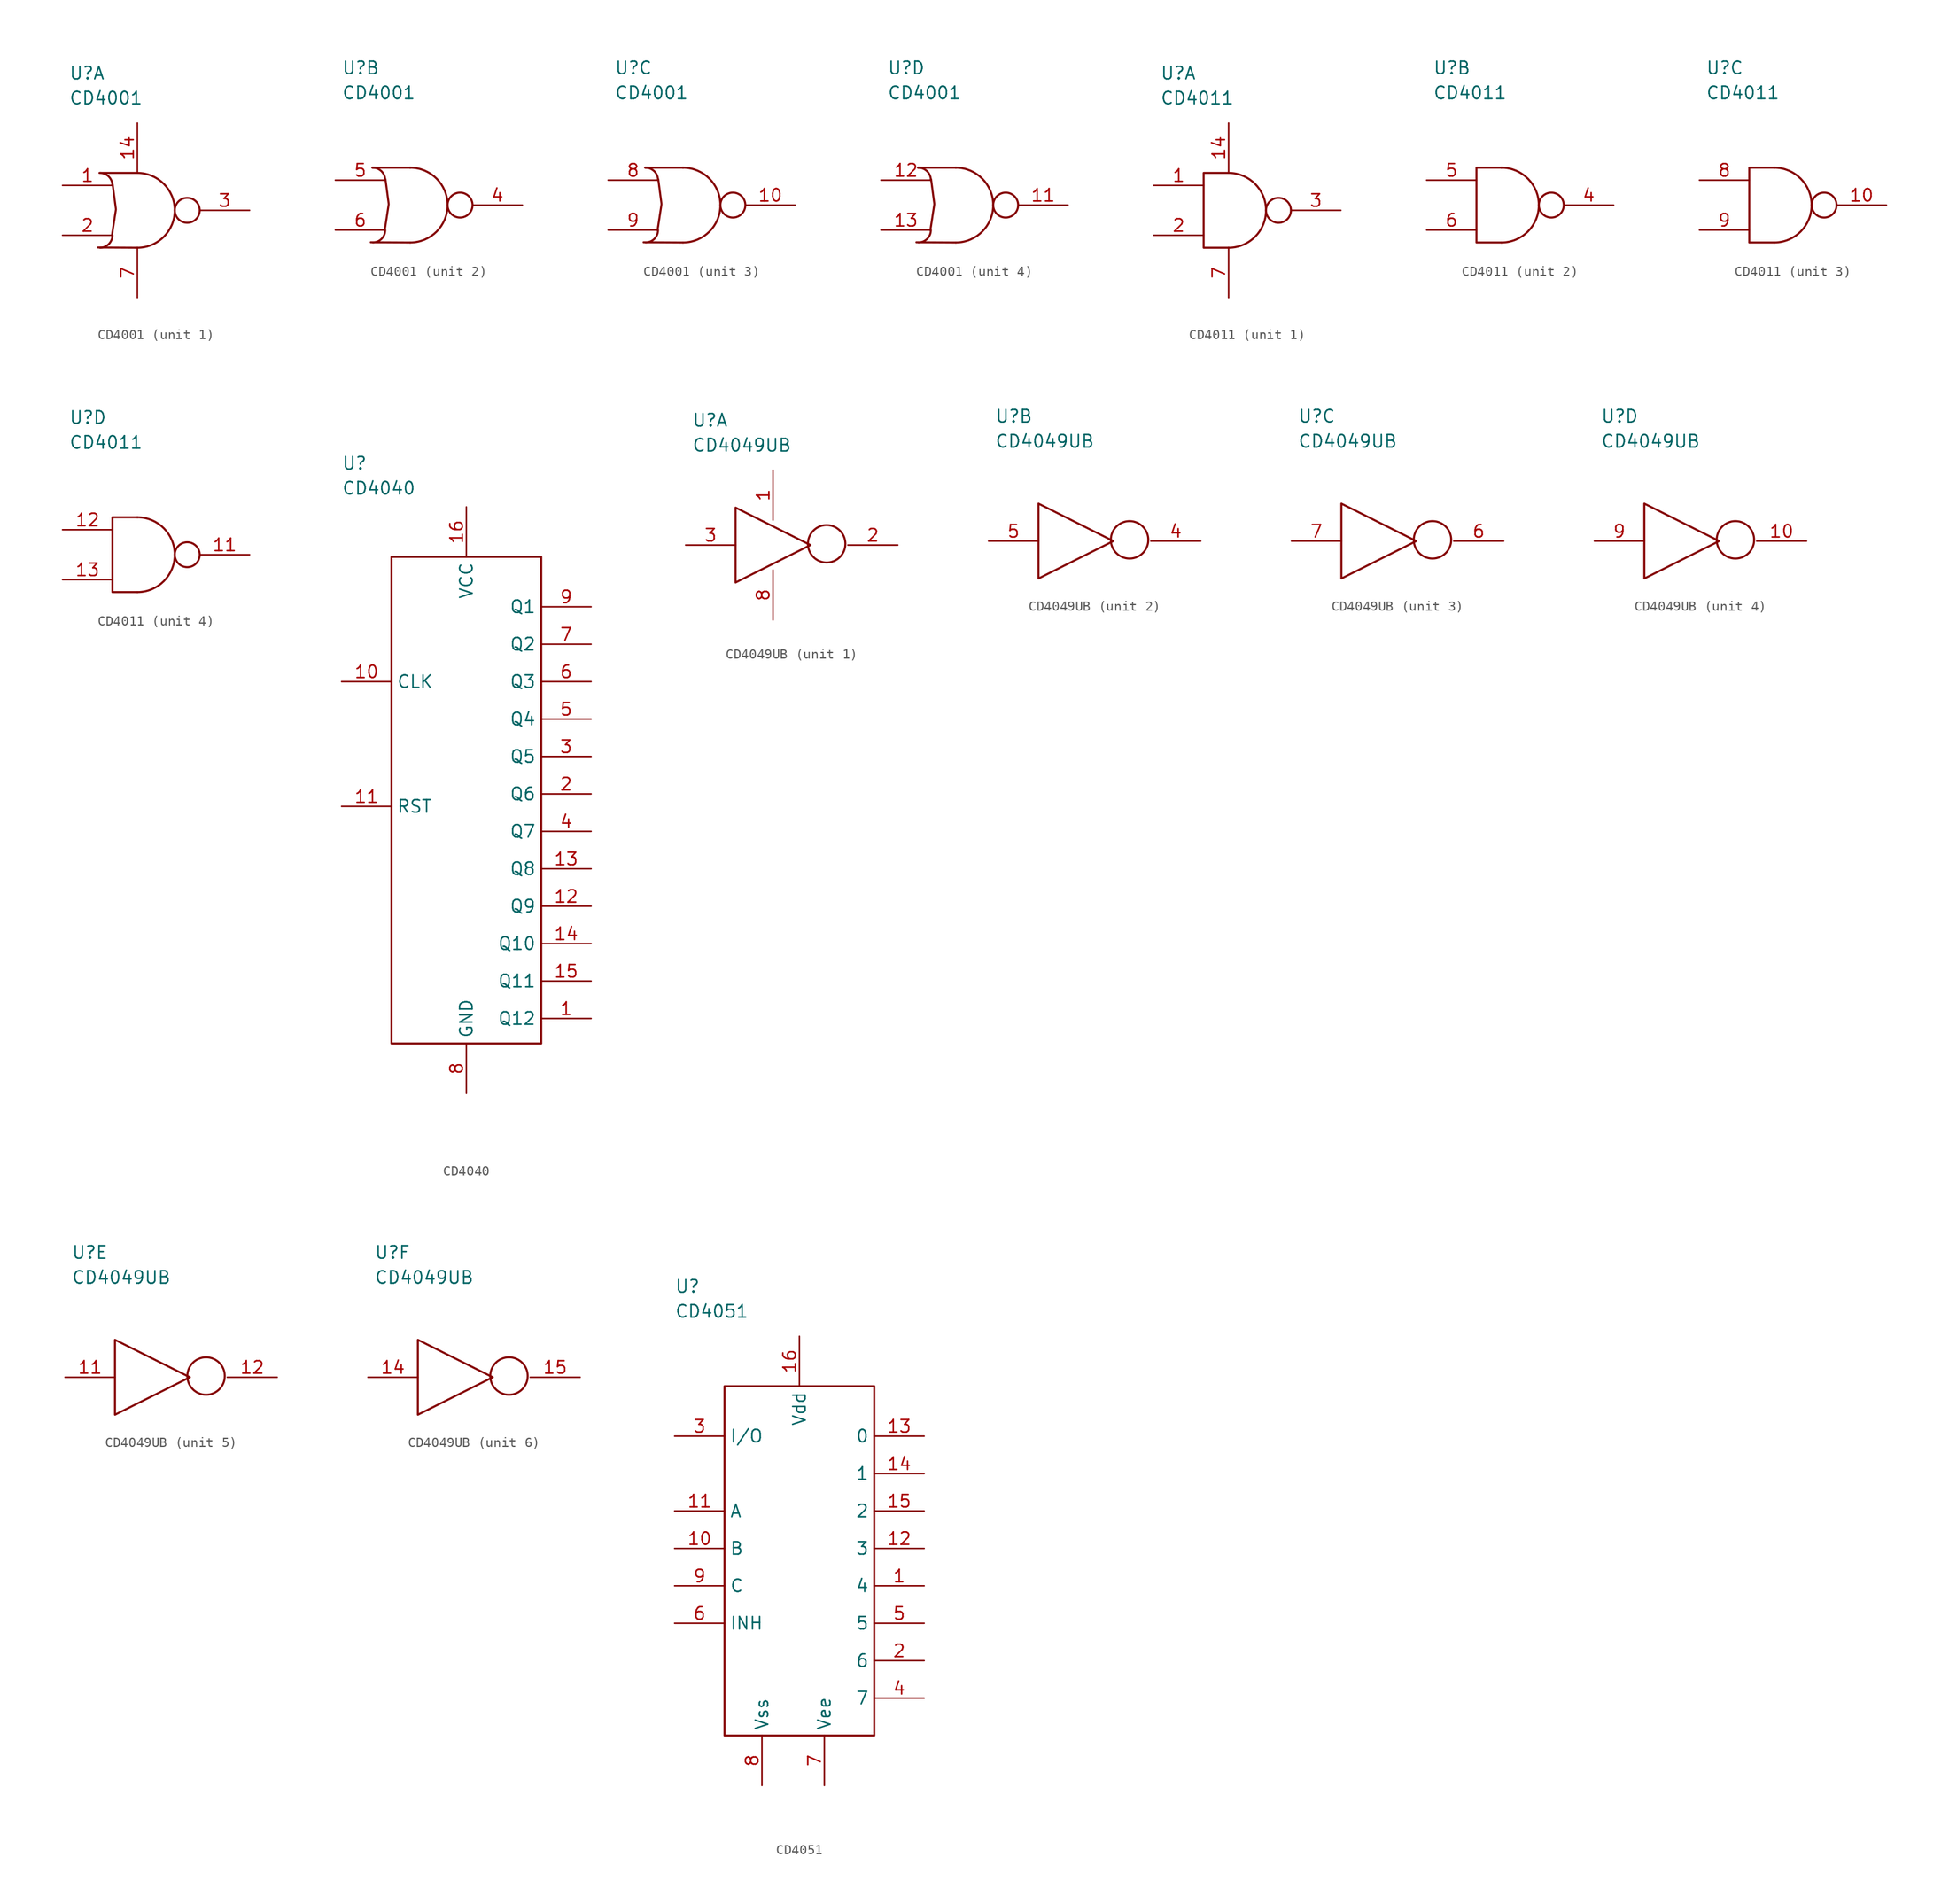
<source format=kicad_sym>
(kicad_symbol_lib
  (version 20211014)
  (generator kicad_symbol_editor)
  (symbol "CD4001"
    (property "Reference" "U"
      (at -9.525 13.97 0)
      (effects (font (size 1.27 1.27)) (justify left)))
    (property "Value" "CD4001"
      (at -9.525 11.43 0)
      (effects (font (size 1.27 1.27)) (justify left)))
    (property "ki_locked" ""
      (at 0 0 0)
      (effects (font (size 1.27 1.27))))
    (symbol "CD4001_0_0"
      (arc (start -6.35 -3.81) (mid -5.452 -3.438) (end -5.08 -2.54) (stroke (width 0.2032) (type default) (color 0 0 0 0)) (fill (type none)))
      (arc (start -5.08 2.54) (mid -5.452 3.438) (end -6.35 3.81) (stroke (width 0.2032) (type default) (color 0 0 0 0)) (fill (type none)))
      (arc (start -2.54 -3.81) (mid 0.1541 -2.6941) (end 1.27 0) (stroke (width 0.2032) (type default) (color 0 0 0 0)) (fill (type none)))
      (polyline (pts (xy -6.553 -3.785) (xy -2.54 -3.81)) (stroke (width 0.203) (type default) (color 0 0 0 0)) (fill (type none)))
      (polyline (pts (xy -6.401 3.81) (xy -2.54 3.81)) (stroke (width 0.203) (type default) (color 0 0 0 0)) (fill (type none)))
      (polyline (pts (xy -5.131 -2.565) (xy -4.724 0.102) (xy -5.055 2.616)) (stroke (width 0.203) (type default) (color 0 0 0 0)) (fill (type none)))
      (arc (start 1.27 0) (mid 0.1541 2.6941) (end -2.54 3.81) (stroke (width 0.2032) (type default) (color 0 0 0 0)) (fill (type none)))
      (circle (center 2.54 0) (radius 1.27) (stroke (width 0.203) (type default) (color 0 0 0 0)) (fill (type none))))
    (symbol "CD4001_1_0"
      (pin unspecified line (at -10.16 2.54 0) (length 5.08) (name "~" (effects (font (size 1.27 1.27)))) (number "1" (effects (font (size 1.27 1.27)))))
      (pin unspecified line (at -2.54 8.89 270) (length 5.08) (name "~" (effects (font (size 1.27 1.27)))) (number "14" (effects (font (size 1.27 1.27)))))
      (pin unspecified line (at -10.16 -2.54 0) (length 5.08) (name "~" (effects (font (size 1.27 1.27)))) (number "2" (effects (font (size 1.27 1.27)))))
      (pin unspecified line (at 8.89 0 180) (length 5.08) (name "~" (effects (font (size 1.27 1.27)))) (number "3" (effects (font (size 1.27 1.27)))))
      (pin unspecified line (at -2.54 -8.89 90) (length 5.08) (name "~" (effects (font (size 1.27 1.27)))) (number "7" (effects (font (size 1.27 1.27))))))
    (symbol "CD4001_2_0"
      (pin unspecified line (at 8.89 0 180) (length 5.08) (name "~" (effects (font (size 1.27 1.27)))) (number "4" (effects (font (size 1.27 1.27)))))
      (pin unspecified line (at -10.16 2.54 0) (length 5.08) (name "~" (effects (font (size 1.27 1.27)))) (number "5" (effects (font (size 1.27 1.27)))))
      (pin unspecified line (at -10.16 -2.54 0) (length 5.08) (name "~" (effects (font (size 1.27 1.27)))) (number "6" (effects (font (size 1.27 1.27))))))
    (symbol "CD4001_3_0"
      (pin unspecified line (at 8.89 0 180) (length 5.08) (name "~" (effects (font (size 1.27 1.27)))) (number "10" (effects (font (size 1.27 1.27)))))
      (pin unspecified line (at -10.16 2.54 0) (length 5.08) (name "~" (effects (font (size 1.27 1.27)))) (number "8" (effects (font (size 1.27 1.27)))))
      (pin unspecified line (at -10.16 -2.54 0) (length 5.08) (name "~" (effects (font (size 1.27 1.27)))) (number "9" (effects (font (size 1.27 1.27))))))
    (symbol "CD4001_4_0"
      (pin unspecified line (at 8.89 0 180) (length 5.08) (name "~" (effects (font (size 1.27 1.27)))) (number "11" (effects (font (size 1.27 1.27)))))
      (pin unspecified line (at -10.16 2.54 0) (length 5.08) (name "~" (effects (font (size 1.27 1.27)))) (number "12" (effects (font (size 1.27 1.27)))))
      (pin unspecified line (at -10.16 -2.54 0) (length 5.08) (name "~" (effects (font (size 1.27 1.27)))) (number "13" (effects (font (size 1.27 1.27)))))))
  (symbol "CD4011"
    (property "Reference" "U"
      (at -9.525 13.97 0)
      (effects (font (size 1.27 1.27)) (justify left)))
    (property "Value" "CD4011"
      (at -9.525 11.43 0)
      (effects (font (size 1.27 1.27)) (justify left)))
    (property "ki_locked" ""
      (at 0 0 0)
      (effects (font (size 1.27 1.27))))
    (symbol "CD4011_0_0"
      (arc (start -2.54 -3.81) (mid 0.1541 -2.6941) (end 1.27 0) (stroke (width 0.2032) (type default) (color 0 0 0 0)) (fill (type none)))
      (polyline (pts (xy -2.54 3.81) (xy -5.08 3.81) (xy -5.08 -3.81) (xy -2.54 -3.81)) (stroke (width 0.203) (type default) (color 0 0 0 0)) (fill (type none)))
      (arc (start 1.27 0) (mid 0.1541 2.6941) (end -2.54 3.81) (stroke (width 0.2032) (type default) (color 0 0 0 0)) (fill (type none)))
      (circle (center 2.54 0) (radius 1.27) (stroke (width 0.203) (type default) (color 0 0 0 0)) (fill (type none))))
    (symbol "CD4011_1_0"
      (pin unspecified line (at -10.16 2.54 0) (length 5.08) (name "~" (effects (font (size 1.27 1.27)))) (number "1" (effects (font (size 1.27 1.27)))))
      (pin unspecified line (at -2.54 8.89 270) (length 5.08) (name "~" (effects (font (size 1.27 1.27)))) (number "14" (effects (font (size 1.27 1.27)))))
      (pin unspecified line (at -10.16 -2.54 0) (length 5.08) (name "~" (effects (font (size 1.27 1.27)))) (number "2" (effects (font (size 1.27 1.27)))))
      (pin unspecified line (at 8.89 0 180) (length 5.08) (name "~" (effects (font (size 1.27 1.27)))) (number "3" (effects (font (size 1.27 1.27)))))
      (pin unspecified line (at -2.54 -8.89 90) (length 5.08) (name "~" (effects (font (size 1.27 1.27)))) (number "7" (effects (font (size 1.27 1.27))))))
    (symbol "CD4011_2_0"
      (pin unspecified line (at 8.89 0 180) (length 5.08) (name "~" (effects (font (size 1.27 1.27)))) (number "4" (effects (font (size 1.27 1.27)))))
      (pin unspecified line (at -10.16 2.54 0) (length 5.08) (name "~" (effects (font (size 1.27 1.27)))) (number "5" (effects (font (size 1.27 1.27)))))
      (pin unspecified line (at -10.16 -2.54 0) (length 5.08) (name "~" (effects (font (size 1.27 1.27)))) (number "6" (effects (font (size 1.27 1.27))))))
    (symbol "CD4011_3_0"
      (pin unspecified line (at 8.89 0 180) (length 5.08) (name "~" (effects (font (size 1.27 1.27)))) (number "10" (effects (font (size 1.27 1.27)))))
      (pin unspecified line (at -10.16 2.54 0) (length 5.08) (name "~" (effects (font (size 1.27 1.27)))) (number "8" (effects (font (size 1.27 1.27)))))
      (pin unspecified line (at -10.16 -2.54 0) (length 5.08) (name "~" (effects (font (size 1.27 1.27)))) (number "9" (effects (font (size 1.27 1.27))))))
    (symbol "CD4011_4_0"
      (pin unspecified line (at 8.89 0 180) (length 5.08) (name "~" (effects (font (size 1.27 1.27)))) (number "11" (effects (font (size 1.27 1.27)))))
      (pin unspecified line (at -10.16 2.54 0) (length 5.08) (name "~" (effects (font (size 1.27 1.27)))) (number "12" (effects (font (size 1.27 1.27)))))
      (pin unspecified line (at -10.16 -2.54 0) (length 5.08) (name "~" (effects (font (size 1.27 1.27)))) (number "13" (effects (font (size 1.27 1.27)))))))
  (symbol "CD4040"
    (property "Reference" "U"
      (at -12.7 34.925 0)
      (effects (font (size 1.27 1.27)) (justify left)))
    (property "Value" "CD4040"
      (at -12.7 32.385 0)
      (effects (font (size 1.27 1.27)) (justify left)))
    (property "ki_locked" ""
      (at 0 0 0)
      (effects (font (size 1.27 1.27))))
    (symbol "CD4040_0_0"
      (rectangle (start -7.62 25.4) (end 7.62 -24.13) (stroke (width 0.203) (type default) (color 0 0 0 0)) (fill (type none))))
    (symbol "CD4040_1_0"
      (pin unspecified line (at 12.7 -21.59 180) (length 5.08) (name "Q12" (effects (font (size 1.27 1.27)))) (number "1" (effects (font (size 1.27 1.27)))))
      (pin unspecified line (at -12.7 12.7 0) (length 5.08) (name "CLK" (effects (font (size 1.27 1.27)))) (number "10" (effects (font (size 1.27 1.27)))))
      (pin unspecified line (at -12.7 0 0) (length 5.08) (name "RST" (effects (font (size 1.27 1.27)))) (number "11" (effects (font (size 1.27 1.27)))))
      (pin unspecified line (at 12.7 -10.16 180) (length 5.08) (name "Q9" (effects (font (size 1.27 1.27)))) (number "12" (effects (font (size 1.27 1.27)))))
      (pin unspecified line (at 12.7 -6.35 180) (length 5.08) (name "Q8" (effects (font (size 1.27 1.27)))) (number "13" (effects (font (size 1.27 1.27)))))
      (pin unspecified line (at 12.7 -13.97 180) (length 5.08) (name "Q10" (effects (font (size 1.27 1.27)))) (number "14" (effects (font (size 1.27 1.27)))))
      (pin unspecified line (at 12.7 -17.78 180) (length 5.08) (name "Q11" (effects (font (size 1.27 1.27)))) (number "15" (effects (font (size 1.27 1.27)))))
      (pin unspecified line (at 0 30.48 270) (length 5.08) (name "VCC" (effects (font (size 1.27 1.27)))) (number "16" (effects (font (size 1.27 1.27)))))
      (pin unspecified line (at 12.7 1.27 180) (length 5.08) (name "Q6" (effects (font (size 1.27 1.27)))) (number "2" (effects (font (size 1.27 1.27)))))
      (pin unspecified line (at 12.7 5.08 180) (length 5.08) (name "Q5" (effects (font (size 1.27 1.27)))) (number "3" (effects (font (size 1.27 1.27)))))
      (pin unspecified line (at 12.7 -2.54 180) (length 5.08) (name "Q7" (effects (font (size 1.27 1.27)))) (number "4" (effects (font (size 1.27 1.27)))))
      (pin unspecified line (at 12.7 8.89 180) (length 5.08) (name "Q4" (effects (font (size 1.27 1.27)))) (number "5" (effects (font (size 1.27 1.27)))))
      (pin unspecified line (at 12.7 12.7 180) (length 5.08) (name "Q3" (effects (font (size 1.27 1.27)))) (number "6" (effects (font (size 1.27 1.27)))))
      (pin unspecified line (at 12.7 16.51 180) (length 5.08) (name "Q2" (effects (font (size 1.27 1.27)))) (number "7" (effects (font (size 1.27 1.27)))))
      (pin unspecified line (at 0 -29.21 90) (length 5.08) (name "GND" (effects (font (size 1.27 1.27)))) (number "8" (effects (font (size 1.27 1.27)))))
      (pin unspecified line (at 12.7 20.32 180) (length 5.08) (name "Q1" (effects (font (size 1.27 1.27)))) (number "9" (effects (font (size 1.27 1.27)))))))
  (symbol "CD4049UB"
    (property "Reference" "U"
      (at -10.795 12.7 0)
      (effects (font (size 1.27 1.27)) (justify left)))
    (property "Value" "CD4049UB"
      (at -10.795 10.16 0)
      (effects (font (size 1.27 1.27)) (justify left)))
    (property "ki_locked" ""
      (at 0 0 0)
      (effects (font (size 1.27 1.27))))
    (symbol "CD4049UB_0_0"
      (polyline (pts (xy -6.35 3.81) (xy -6.35 -3.81) (xy 1.27 0) (xy -6.35 3.81)) (stroke (width 0.203) (type default) (color 0 0 0 0)) (fill (type none)))
      (circle (center 2.921 0.127) (radius 1.905) (stroke (width 0.203) (type default) (color 0 0 0 0)) (fill (type none))))
    (symbol "CD4049UB_1_0"
      (pin unspecified line (at -2.54 7.62 270) (length 5.08) (name "~" (effects (font (size 1.27 1.27)))) (number "1" (effects (font (size 1.27 1.27)))))
      (pin unspecified line (at 10.16 0 180) (length 5.08) (name "~" (effects (font (size 1.27 1.27)))) (number "2" (effects (font (size 1.27 1.27)))))
      (pin unspecified line (at -11.43 0 0) (length 5.08) (name "~" (effects (font (size 1.27 1.27)))) (number "3" (effects (font (size 1.27 1.27)))))
      (pin unspecified line (at -2.54 -7.62 90) (length 5.08) (name "~" (effects (font (size 1.27 1.27)))) (number "8" (effects (font (size 1.27 1.27))))))
    (symbol "CD4049UB_2_0"
      (pin unspecified line (at 10.16 0 180) (length 5.08) (name "~" (effects (font (size 1.27 1.27)))) (number "4" (effects (font (size 1.27 1.27)))))
      (pin unspecified line (at -11.43 0 0) (length 5.08) (name "~" (effects (font (size 1.27 1.27)))) (number "5" (effects (font (size 1.27 1.27))))))
    (symbol "CD4049UB_3_0"
      (pin unspecified line (at 10.16 0 180) (length 5.08) (name "~" (effects (font (size 1.27 1.27)))) (number "6" (effects (font (size 1.27 1.27)))))
      (pin unspecified line (at -11.43 0 0) (length 5.08) (name "~" (effects (font (size 1.27 1.27)))) (number "7" (effects (font (size 1.27 1.27))))))
    (symbol "CD4049UB_4_0"
      (pin unspecified line (at 10.16 0 180) (length 5.08) (name "~" (effects (font (size 1.27 1.27)))) (number "10" (effects (font (size 1.27 1.27)))))
      (pin unspecified line (at -11.43 0 0) (length 5.08) (name "~" (effects (font (size 1.27 1.27)))) (number "9" (effects (font (size 1.27 1.27))))))
    (symbol "CD4049UB_5_0"
      (pin unspecified line (at -11.43 0 0) (length 5.08) (name "~" (effects (font (size 1.27 1.27)))) (number "11" (effects (font (size 1.27 1.27)))))
      (pin unspecified line (at 10.16 0 180) (length 5.08) (name "~" (effects (font (size 1.27 1.27)))) (number "12" (effects (font (size 1.27 1.27))))))
    (symbol "CD4049UB_6_0"
      (pin unspecified line (at -11.43 0 0) (length 5.08) (name "~" (effects (font (size 1.27 1.27)))) (number "14" (effects (font (size 1.27 1.27)))))
      (pin unspecified line (at 10.16 0 180) (length 5.08) (name "~" (effects (font (size 1.27 1.27)))) (number "15" (effects (font (size 1.27 1.27)))))))
  (symbol "CD4051"
    (property "Reference" "U"
      (at -12.7 27.94 0)
      (effects (font (size 1.27 1.27)) (justify left)))
    (property "Value" "CD4051"
      (at -12.7 25.4 0)
      (effects (font (size 1.27 1.27)) (justify left)))
    (property "ki_locked" ""
      (at 0 0 0)
      (effects (font (size 1.27 1.27))))
    (symbol "CD4051_0_0"
      (rectangle (start -7.62 17.78) (end 7.62 -17.78) (stroke (width 0.203) (type default) (color 0 0 0 0)) (fill (type none))))
    (symbol "CD4051_1_0"
      (pin unspecified line (at 12.7 -2.54 180) (length 5.08) (name "4" (effects (font (size 1.27 1.27)))) (number "1" (effects (font (size 1.27 1.27)))))
      (pin unspecified line (at -12.7 1.27 0) (length 5.08) (name "B" (effects (font (size 1.27 1.27)))) (number "10" (effects (font (size 1.27 1.27)))))
      (pin unspecified line (at -12.7 5.08 0) (length 5.08) (name "A" (effects (font (size 1.27 1.27)))) (number "11" (effects (font (size 1.27 1.27)))))
      (pin unspecified line (at 12.7 1.27 180) (length 5.08) (name "3" (effects (font (size 1.27 1.27)))) (number "12" (effects (font (size 1.27 1.27)))))
      (pin unspecified line (at 12.7 12.7 180) (length 5.08) (name "0" (effects (font (size 1.27 1.27)))) (number "13" (effects (font (size 1.27 1.27)))))
      (pin unspecified line (at 12.7 8.89 180) (length 5.08) (name "1" (effects (font (size 1.27 1.27)))) (number "14" (effects (font (size 1.27 1.27)))))
      (pin unspecified line (at 12.7 5.08 180) (length 5.08) (name "2" (effects (font (size 1.27 1.27)))) (number "15" (effects (font (size 1.27 1.27)))))
      (pin unspecified line (at 0 22.86 270) (length 5.08) (name "Vdd" (effects (font (size 1.27 1.27)))) (number "16" (effects (font (size 1.27 1.27)))))
      (pin unspecified line (at 12.7 -10.16 180) (length 5.08) (name "6" (effects (font (size 1.27 1.27)))) (number "2" (effects (font (size 1.27 1.27)))))
      (pin unspecified line (at -12.7 12.7 0) (length 5.08) (name "I/O" (effects (font (size 1.27 1.27)))) (number "3" (effects (font (size 1.27 1.27)))))
      (pin unspecified line (at 12.7 -13.97 180) (length 5.08) (name "7" (effects (font (size 1.27 1.27)))) (number "4" (effects (font (size 1.27 1.27)))))
      (pin unspecified line (at 12.7 -6.35 180) (length 5.08) (name "5" (effects (font (size 1.27 1.27)))) (number "5" (effects (font (size 1.27 1.27)))))
      (pin unspecified line (at -12.7 -6.35 0) (length 5.08) (name "INH" (effects (font (size 1.27 1.27)))) (number "6" (effects (font (size 1.27 1.27)))))
      (pin unspecified line (at 2.54 -22.86 90) (length 5.08) (name "Vee" (effects (font (size 1.27 1.27)))) (number "7" (effects (font (size 1.27 1.27)))))
      (pin unspecified line (at -3.81 -22.86 90) (length 5.08) (name "Vss" (effects (font (size 1.27 1.27)))) (number "8" (effects (font (size 1.27 1.27)))))
      (pin unspecified line (at -12.7 -2.54 0) (length 5.08) (name "C" (effects (font (size 1.27 1.27)))) (number "9" (effects (font (size 1.27 1.27))))))))
</source>
